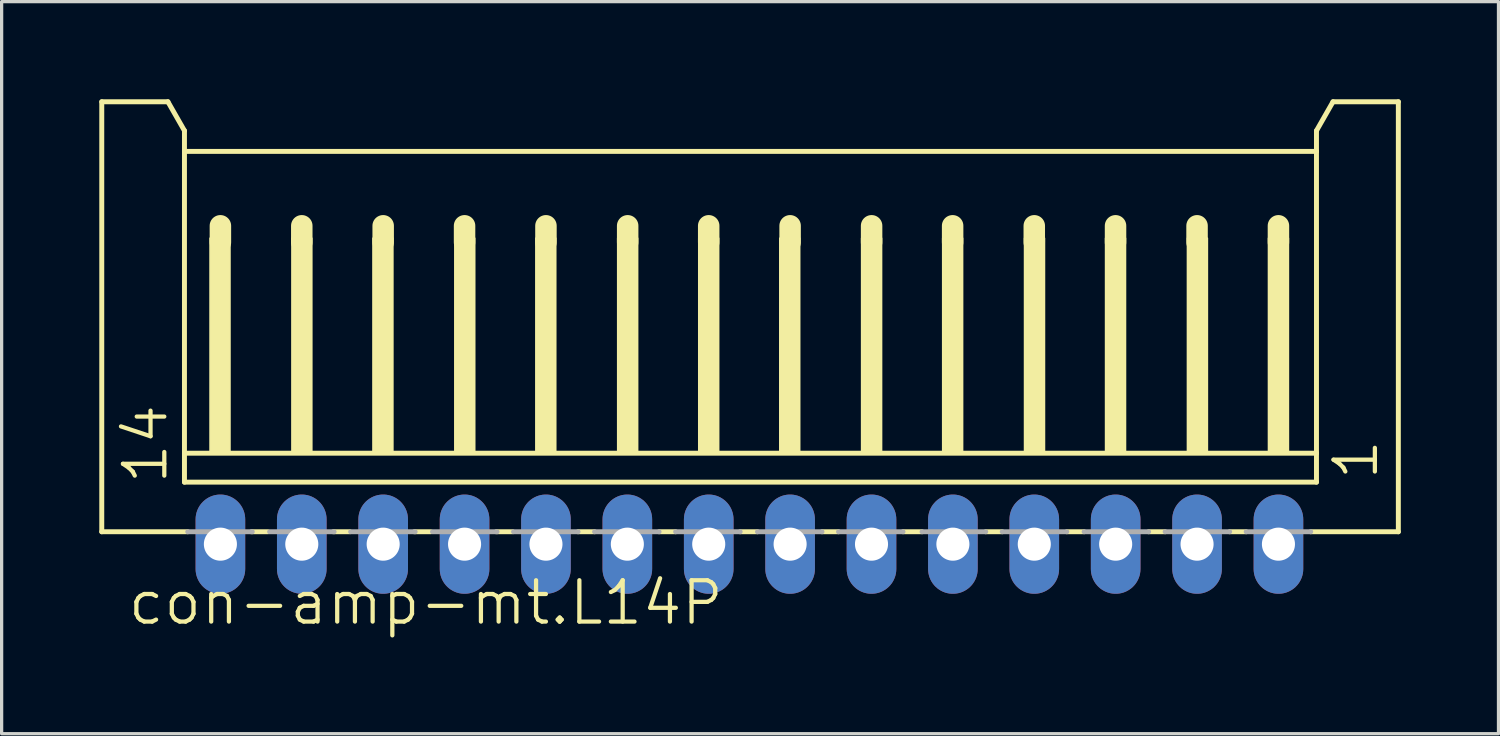
<source format=kicad_pcb>
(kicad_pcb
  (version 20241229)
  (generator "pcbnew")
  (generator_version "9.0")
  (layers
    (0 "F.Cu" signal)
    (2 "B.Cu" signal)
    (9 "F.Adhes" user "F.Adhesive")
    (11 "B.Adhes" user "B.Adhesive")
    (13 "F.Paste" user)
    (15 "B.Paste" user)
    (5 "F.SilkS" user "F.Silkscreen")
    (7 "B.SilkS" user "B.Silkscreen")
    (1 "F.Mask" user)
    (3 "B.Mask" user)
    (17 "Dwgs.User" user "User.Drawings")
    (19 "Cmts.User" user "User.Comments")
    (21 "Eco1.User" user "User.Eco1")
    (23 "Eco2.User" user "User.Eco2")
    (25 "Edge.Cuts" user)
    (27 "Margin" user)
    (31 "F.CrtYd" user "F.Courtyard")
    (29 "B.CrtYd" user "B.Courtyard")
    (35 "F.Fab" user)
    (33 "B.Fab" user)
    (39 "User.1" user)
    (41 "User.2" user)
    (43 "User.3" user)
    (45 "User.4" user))
  (footprint "con-amp-mt.L14P"
    (layer "F.Cu")
    (at 19.97 7.415)
    (property "Reference" "con-amp-mt.L14P" (at -19.158 8.79 0) (layer "F.SilkS") (effects (font (size 1.27 1.27) (thickness 0.13)) (justify left bottom)))
    (attr through_hole)
    (fp_line (start -19.894 -7.339) (end -17.862 -7.339) (stroke (width 0.152) (type default)) (layer "F.SilkS"))
    (fp_line (start -19.894 5.869) (end -19.894 -7.339) (stroke (width 0.152) (type default)) (layer "F.SilkS"))
    (fp_line (start -17.862 -7.339) (end -17.354 -6.45) (stroke (width 0.152) (type default)) (layer "F.SilkS"))
    (fp_line (start -17.354 -6.45) (end -17.354 -5.815) (stroke (width 0.152) (type default)) (layer "F.SilkS"))
    (fp_line (start -17.354 -5.815) (end -17.354 3.456) (stroke (width 0.152) (type default)) (layer "F.SilkS"))
    (fp_line (start -17.354 3.456) (end -17.354 4.345) (stroke (width 0.152) (type default)) (layer "F.SilkS"))
    (fp_line (start -17.253 5.869) (end -19.894 5.869) (stroke (width 0.152) (type default)) (layer "F.SilkS"))
    (fp_line (start -16.25 -3.529) (end -16.25 -3.021) (stroke (width 0.66) (type default)) (layer "F.SilkS"))
    (fp_line (start -14.789 5.869) (end -15.297 5.869) (stroke (width 0.152) (type default)) (layer "F.SilkS"))
    (fp_line (start -13.75 -3.529) (end -13.75 -3.021) (stroke (width 0.66) (type default)) (layer "F.SilkS"))
    (fp_line (start -12.274 5.869) (end -12.782 5.869) (stroke (width 0.152) (type default)) (layer "F.SilkS"))
    (fp_line (start -11.25 -3.529) (end -11.25 -3.021) (stroke (width 0.66) (type default)) (layer "F.SilkS"))
    (fp_line (start -9.785 5.869) (end -10.293 5.869) (stroke (width 0.152) (type default)) (layer "F.SilkS"))
    (fp_line (start -8.75 -3.529) (end -8.75 -3.021) (stroke (width 0.66) (type default)) (layer "F.SilkS"))
    (fp_line (start -7.27 5.869) (end -7.778 5.869) (stroke (width 0.152) (type default)) (layer "F.SilkS"))
    (fp_line (start -6.25 -3.529) (end -6.25 -3.021) (stroke (width 0.66) (type default)) (layer "F.SilkS"))
    (fp_line (start -4.756 5.869) (end -5.264 5.869) (stroke (width 0.152) (type default)) (layer "F.SilkS"))
    (fp_line (start -3.74 -3.529) (end -3.74 -3.021) (stroke (width 0.66) (type default)) (layer "F.SilkS"))
    (fp_line (start -2.267 5.869) (end -2.775 5.869) (stroke (width 0.152) (type default)) (layer "F.SilkS"))
    (fp_line (start -1.251 -3.529) (end -1.251 -3.021) (stroke (width 0.66) (type default)) (layer "F.SilkS"))
    (fp_line (start 0.248 5.869) (end -0.285 5.869) (stroke (width 0.152) (type default)) (layer "F.SilkS"))
    (fp_line (start 1.25 -3.529) (end 1.25 -3.021) (stroke (width 0.66) (type default)) (layer "F.SilkS"))
    (fp_line (start 2.737 5.869) (end 2.229 5.869) (stroke (width 0.152) (type default)) (layer "F.SilkS"))
    (fp_line (start 3.753 -3.529) (end 3.753 -3.021) (stroke (width 0.66) (type default)) (layer "F.SilkS"))
    (fp_line (start 5.303 5.869) (end 4.718 5.869) (stroke (width 0.152) (type default)) (layer "F.SilkS"))
    (fp_line (start 6.242 -3.529) (end 6.242 -3.021) (stroke (width 0.66) (type default)) (layer "F.SilkS"))
    (fp_line (start 7.766 5.869) (end 7.258 5.869) (stroke (width 0.152) (type default)) (layer "F.SilkS"))
    (fp_line (start 8.75 -3.529) (end 8.75 -3.021) (stroke (width 0.66) (type default)) (layer "F.SilkS"))
    (fp_line (start 10.281 5.869) (end 9.748 5.869) (stroke (width 0.152) (type default)) (layer "F.SilkS"))
    (fp_line (start 11.246 -3.529) (end 11.246 -3.021) (stroke (width 0.66) (type default)) (layer "F.SilkS"))
    (fp_line (start 12.77 5.869) (end 12.262 5.869) (stroke (width 0.152) (type default)) (layer "F.SilkS"))
    (fp_line (start 13.75 -3.529) (end 13.75 -3.021) (stroke (width 0.66) (type default)) (layer "F.SilkS"))
    (fp_line (start 15.259 5.869) (end 14.751 5.869) (stroke (width 0.152) (type default)) (layer "F.SilkS"))
    (fp_line (start 16.25 -3.529) (end 16.25 -3.021) (stroke (width 0.66) (type default)) (layer "F.SilkS"))
    (fp_line (start 17.418 -6.45) (end 17.418 -5.815) (stroke (width 0.152) (type default)) (layer "F.SilkS"))
    (fp_line (start 17.418 -6.45) (end 17.926 -7.339) (stroke (width 0.152) (type default)) (layer "F.SilkS"))
    (fp_line (start 17.418 -5.815) (end -17.354 -5.815) (stroke (width 0.152) (type default)) (layer "F.SilkS"))
    (fp_line (start 17.418 -5.815) (end 17.418 3.456) (stroke (width 0.152) (type default)) (layer "F.SilkS"))
    (fp_line (start 17.418 3.456) (end -17.354 3.456) (stroke (width 0.152) (type default)) (layer "F.SilkS"))
    (fp_line (start 17.418 3.456) (end 17.418 4.345) (stroke (width 0.152) (type default)) (layer "F.SilkS"))
    (fp_line (start 17.418 4.345) (end -17.354 4.345) (stroke (width 0.152) (type default)) (layer "F.SilkS"))
    (fp_line (start 19.933 -7.339) (end 17.926 -7.339) (stroke (width 0.152) (type default)) (layer "F.SilkS"))
    (fp_line (start 19.933 5.869) (end 17.241 5.869) (stroke (width 0.152) (type default)) (layer "F.SilkS"))
    (fp_line (start 19.933 5.869) (end 19.933 -7.339) (stroke (width 0.152) (type default)) (layer "F.SilkS"))
    (fp_rect (start -16.567 3.456) (end -15.957 -3.148) (stroke (width 0.05) (type default)) (fill yes) (layer "F.SilkS"))
    (fp_rect (start -14.052 3.456) (end -13.443 -3.148) (stroke (width 0.05) (type default)) (fill yes) (layer "F.SilkS"))
    (fp_rect (start -11.563 3.456) (end -10.953 -3.148) (stroke (width 0.05) (type default)) (fill yes) (layer "F.SilkS"))
    (fp_rect (start -9.048 3.456) (end -8.439 -3.148) (stroke (width 0.05) (type default)) (fill yes) (layer "F.SilkS"))
    (fp_rect (start -6.559 3.456) (end -5.95 -3.148) (stroke (width 0.05) (type default)) (fill yes) (layer "F.SilkS"))
    (fp_rect (start -4.045 3.456) (end -3.435 -3.148) (stroke (width 0.05) (type default)) (fill yes) (layer "F.SilkS"))
    (fp_rect (start -1.555 3.456) (end -0.946 -3.148) (stroke (width 0.05) (type default)) (fill yes) (layer "F.SilkS"))
    (fp_rect (start 0.934 3.456) (end 1.543 -3.148) (stroke (width 0.05) (type default)) (fill yes) (layer "F.SilkS"))
    (fp_rect (start 3.448 3.456) (end 4.058 -3.148) (stroke (width 0.05) (type default)) (fill yes) (layer "F.SilkS"))
    (fp_rect (start 5.938 3.456) (end 6.547 -3.148) (stroke (width 0.05) (type default)) (fill yes) (layer "F.SilkS"))
    (fp_rect (start 8.452 3.456) (end 9.062 -3.148) (stroke (width 0.05) (type default)) (fill yes) (layer "F.SilkS"))
    (fp_rect (start 10.941 3.456) (end 11.551 -3.148) (stroke (width 0.05) (type default)) (fill yes) (layer "F.SilkS"))
    (fp_rect (start 13.456 3.456) (end 14.066 -3.148) (stroke (width 0.05) (type default)) (fill yes) (layer "F.SilkS"))
    (fp_rect (start 15.945 3.456) (end 16.555 -3.148) (stroke (width 0.05) (type default)) (fill yes) (layer "F.SilkS"))
    (fp_line (start -17.253 5.869) (end -15.271 5.869) (stroke (width 0.152) (type default)) (layer "F.Fab"))
    (fp_line (start -14.738 5.869) (end -12.757 5.869) (stroke (width 0.152) (type default)) (layer "F.Fab"))
    (fp_line (start -12.249 5.869) (end -10.268 5.869) (stroke (width 0.152) (type default)) (layer "F.Fab"))
    (fp_line (start -9.734 5.869) (end -7.753 5.869) (stroke (width 0.152) (type default)) (layer "F.Fab"))
    (fp_line (start -7.245 5.869) (end -5.264 5.869) (stroke (width 0.152) (type default)) (layer "F.Fab"))
    (fp_line (start -4.756 5.869) (end -2.775 5.869) (stroke (width 0.152) (type default)) (layer "F.Fab"))
    (fp_line (start -2.267 5.869) (end -0.285 5.869) (stroke (width 0.152) (type default)) (layer "F.Fab"))
    (fp_line (start 0.248 5.869) (end 2.229 5.869) (stroke (width 0.152) (type default)) (layer "F.Fab"))
    (fp_line (start 2.737 5.869) (end 4.718 5.869) (stroke (width 0.152) (type default)) (layer "F.Fab"))
    (fp_line (start 5.303 5.869) (end 7.258 5.869) (stroke (width 0.152) (type default)) (layer "F.Fab"))
    (fp_line (start 7.766 5.869) (end 9.748 5.869) (stroke (width 0.152) (type default)) (layer "F.Fab"))
    (fp_line (start 10.281 5.869) (end 12.262 5.869) (stroke (width 0.152) (type default)) (layer "F.Fab"))
    (fp_line (start 12.77 5.869) (end 14.751 5.869) (stroke (width 0.152) (type default)) (layer "F.Fab"))
    (fp_line (start 15.259 5.869) (end 17.241 5.869) (stroke (width 0.152) (type default)) (layer "F.Fab"))
    (fp_rect (start -16.567 6.504) (end -15.957 5.869) (stroke (width 0.05) (type default)) (fill no) (layer "F.Fab"))
    (fp_rect (start -14.052 6.504) (end -13.443 5.869) (stroke (width 0.05) (type default)) (fill no) (layer "F.Fab"))
    (fp_rect (start -11.563 6.504) (end -10.953 5.869) (stroke (width 0.05) (type default)) (fill no) (layer "F.Fab"))
    (fp_rect (start -9.048 6.504) (end -8.439 5.869) (stroke (width 0.05) (type default)) (fill no) (layer "F.Fab"))
    (fp_rect (start -6.559 6.504) (end -5.95 5.869) (stroke (width 0.05) (type default)) (fill no) (layer "F.Fab"))
    (fp_rect (start -4.045 6.504) (end -3.435 5.869) (stroke (width 0.05) (type default)) (fill no) (layer "F.Fab"))
    (fp_rect (start -1.555 6.504) (end -0.946 5.869) (stroke (width 0.05) (type default)) (fill no) (layer "F.Fab"))
    (fp_rect (start 0.934 6.504) (end 1.543 5.869) (stroke (width 0.05) (type default)) (fill no) (layer "F.Fab"))
    (fp_rect (start 3.448 6.504) (end 4.058 5.869) (stroke (width 0.05) (type default)) (fill no) (layer "F.Fab"))
    (fp_rect (start 5.938 6.504) (end 6.547 5.869) (stroke (width 0.05) (type default)) (fill no) (layer "F.Fab"))
    (fp_rect (start 8.452 6.504) (end 9.062 5.869) (stroke (width 0.05) (type default)) (fill no) (layer "F.Fab"))
    (fp_rect (start 10.941 6.504) (end 11.551 5.869) (stroke (width 0.05) (type default)) (fill no) (layer "F.Fab"))
    (fp_rect (start 13.456 6.504) (end 14.066 5.869) (stroke (width 0.05) (type default)) (fill no) (layer "F.Fab"))
    (fp_rect (start 15.945 6.504) (end 16.555 5.869) (stroke (width 0.05) (type default)) (fill no) (layer "F.Fab"))
    (fp_text user "14" (at -17.811 4.472 90) (layer "F.SilkS") (effects (font (size 1.27 1.27) (thickness 0.13)) (justify left bottom)))
    (fp_text user "1" (at 19.374 4.345 90) (layer "F.SilkS") (effects (font (size 1.27 1.27) (thickness 0.13)) (justify left bottom)))
    (pad "1" thru_hole oval (at 16.25 6.25 90) (size 3.048 1.524) (drill 1.016) (layers "*.Cu" "*.Mask"))
    (pad "2" thru_hole oval (at 13.75 6.25 90) (size 3.048 1.524) (drill 1.016) (layers "*.Cu" "*.Mask"))
    (pad "3" thru_hole oval (at 11.25 6.25 90) (size 3.048 1.524) (drill 1.016) (layers "*.Cu" "*.Mask"))
    (pad "4" thru_hole oval (at 8.75 6.25 90) (size 3.048 1.524) (drill 1.016) (layers "*.Cu" "*.Mask"))
    (pad "5" thru_hole oval (at 6.25 6.25 90) (size 3.048 1.524) (drill 1.016) (layers "*.Cu" "*.Mask"))
    (pad "6" thru_hole oval (at 3.75 6.25 90) (size 3.048 1.524) (drill 1.016) (layers "*.Cu" "*.Mask"))
    (pad "7" thru_hole oval (at 1.25 6.25 90) (size 3.048 1.524) (drill 1.016) (layers "*.Cu" "*.Mask"))
    (pad "8" thru_hole oval (at -1.25 6.25 90) (size 3.048 1.524) (drill 1.016) (layers "*.Cu" "*.Mask"))
    (pad "9" thru_hole oval (at -3.75 6.25 90) (size 3.048 1.524) (drill 1.016) (layers "*.Cu" "*.Mask"))
    (pad "10" thru_hole oval (at -6.25 6.25 90) (size 3.048 1.524) (drill 1.016) (layers "*.Cu" "*.Mask"))
    (pad "11" thru_hole oval (at -8.75 6.25 90) (size 3.048 1.524) (drill 1.016) (layers "*.Cu" "*.Mask"))
    (pad "12" thru_hole oval (at -11.25 6.25 90) (size 3.048 1.524) (drill 1.016) (layers "*.Cu" "*.Mask"))
    (pad "13" thru_hole oval (at -13.75 6.25 90) (size 3.048 1.524) (drill 1.016) (layers "*.Cu" "*.Mask"))
    (pad "14" thru_hole oval (at -16.25 6.25 90) (size 3.048 1.524) (drill 1.016) (layers "*.Cu" "*.Mask")))
  (gr_rect
    (start -3 -3)
    (end 42.979 19.487)
    (stroke (width 0.1) (type default))
    (fill no)
    (layer "Edge.Cuts")))
</source>
